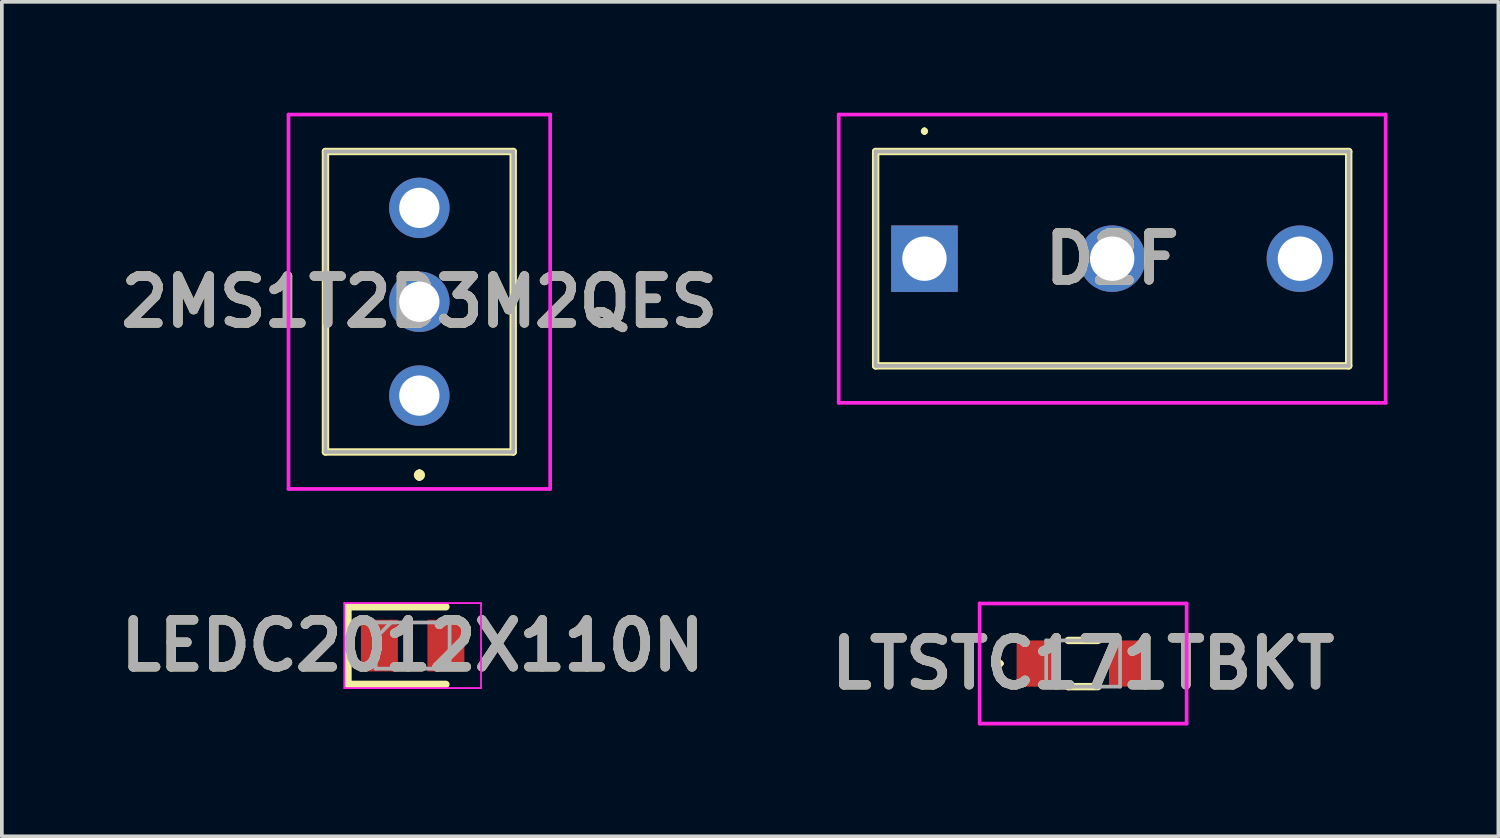
<source format=kicad_pcb>
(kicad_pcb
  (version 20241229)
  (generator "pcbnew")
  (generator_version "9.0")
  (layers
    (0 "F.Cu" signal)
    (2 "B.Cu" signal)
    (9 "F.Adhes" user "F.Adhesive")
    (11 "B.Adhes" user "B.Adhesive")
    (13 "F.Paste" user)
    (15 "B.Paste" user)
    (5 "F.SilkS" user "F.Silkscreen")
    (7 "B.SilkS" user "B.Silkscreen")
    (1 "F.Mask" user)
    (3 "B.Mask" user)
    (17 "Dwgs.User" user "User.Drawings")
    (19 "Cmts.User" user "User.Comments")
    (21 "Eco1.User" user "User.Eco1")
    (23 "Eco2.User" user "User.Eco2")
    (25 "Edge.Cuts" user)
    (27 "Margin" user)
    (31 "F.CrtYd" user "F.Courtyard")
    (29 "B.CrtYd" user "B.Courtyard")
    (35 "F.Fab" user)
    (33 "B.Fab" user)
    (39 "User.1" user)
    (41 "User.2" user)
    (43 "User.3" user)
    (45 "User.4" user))
  (footprint "D2F"
    (layer "F.Cu")
    (at 21.965 3.95)
    (property "Reference" "D2F" (at 5.08 0 0) (layer "F.SilkS") (effects (font (size 1.27 1.27) (thickness 0.254))))
    (attr through_hole)
    (fp_line (start -1.32 -2.9) (end 11.48 -2.9) (stroke (width 0.2) (type solid)) (layer "F.SilkS"))
    (fp_line (start -1.32 2.9) (end -1.32 -2.9) (stroke (width 0.2) (type solid)) (layer "F.SilkS"))
    (fp_line (start 0 -3.5) (end 0 -3.5) (stroke (width 0.1) (type solid)) (layer "F.SilkS"))
    (fp_line (start 0 -3.4) (end 0 -3.4) (stroke (width 0.1) (type solid)) (layer "F.SilkS"))
    (fp_line (start 11.48 -2.9) (end 11.48 2.9) (stroke (width 0.2) (type solid)) (layer "F.SilkS"))
    (fp_line (start 11.48 2.9) (end -1.32 2.9) (stroke (width 0.2) (type solid)) (layer "F.SilkS"))
    (fp_arc (start 0 -3.5) (mid 0.05 -3.45) (end 0 -3.4) (stroke (width 0.1) (type solid)) (layer "F.SilkS"))
    (fp_arc (start 0 -3.4) (mid -0.05 -3.45) (end 0 -3.5) (stroke (width 0.1) (type solid)) (layer "F.SilkS"))
    (fp_line (start -2.32 -3.9) (end 12.48 -3.9) (stroke (width 0.1) (type solid)) (layer "F.CrtYd"))
    (fp_line (start -2.32 3.9) (end -2.32 -3.9) (stroke (width 0.1) (type solid)) (layer "F.CrtYd"))
    (fp_line (start 12.48 -3.9) (end 12.48 3.9) (stroke (width 0.1) (type solid)) (layer "F.CrtYd"))
    (fp_line (start 12.48 3.9) (end -2.32 3.9) (stroke (width 0.1) (type solid)) (layer "F.CrtYd"))
    (fp_line (start -1.32 -2.9) (end -1.32 2.9) (stroke (width 0.1) (type solid)) (layer "F.Fab"))
    (fp_line (start -1.32 2.9) (end 11.48 2.9) (stroke (width 0.1) (type solid)) (layer "F.Fab"))
    (fp_line (start 11.48 -2.9) (end -1.32 -2.9) (stroke (width 0.1) (type solid)) (layer "F.Fab"))
    (fp_line (start 11.48 2.9) (end 11.48 -2.9) (stroke (width 0.1) (type solid)) (layer "F.Fab"))
    (fp_text user "${REFERENCE}" (at 5.08 0 0) (layer "F.Fab") (effects (font (size 1.27 1.27) (thickness 0.254))))
    (pad "1" thru_hole rect (at 0 0) (size 1.8 1.8) (drill 1.2) (layers "*.Cu" "*.Mask"))
    (pad "2" thru_hole circle (at 5.08 0) (size 1.8 1.8) (drill 1.2) (layers "*.Cu" "*.Mask"))
    (pad "3" thru_hole circle (at 10.16 0) (size 1.8 1.8) (drill 1.2) (layers "*.Cu" "*.Mask")))
  (footprint "LEDC2012X110N"
    (layer "F.Cu")
    (at 8.116 14.419)
    (property "Reference" "LEDC2012X110N" (at 0 0 0) (layer "F.SilkS") (effects (font (size 1.27 1.27) (thickness 0.254))))
    (attr smd)
    (fp_line (start -1.75 -1.05) (end -1.75 1.05) (stroke (width 0.2) (type solid)) (layer "F.SilkS"))
    (fp_line (start -1.75 1.05) (end 0.9 1.05) (stroke (width 0.2) (type solid)) (layer "F.SilkS"))
    (fp_line (start 0.9 -1.05) (end -1.75 -1.05) (stroke (width 0.2) (type solid)) (layer "F.SilkS"))
    (fp_line (start -1.85 -1.15) (end 1.85 -1.15) (stroke (width 0.05) (type solid)) (layer "F.CrtYd"))
    (fp_line (start -1.85 1.15) (end -1.85 -1.15) (stroke (width 0.05) (type solid)) (layer "F.CrtYd"))
    (fp_line (start 1.85 -1.15) (end 1.85 1.15) (stroke (width 0.05) (type solid)) (layer "F.CrtYd"))
    (fp_line (start 1.85 1.15) (end -1.85 1.15) (stroke (width 0.05) (type solid)) (layer "F.CrtYd"))
    (fp_line (start -1 -0.625) (end 1 -0.625) (stroke (width 0.1) (type solid)) (layer "F.Fab"))
    (fp_line (start -1 -0.208) (end -0.583 -0.625) (stroke (width 0.1) (type solid)) (layer "F.Fab"))
    (fp_line (start -1 0.625) (end -1 -0.625) (stroke (width 0.1) (type solid)) (layer "F.Fab"))
    (fp_line (start 1 -0.625) (end 1 0.625) (stroke (width 0.1) (type solid)) (layer "F.Fab"))
    (fp_line (start 1 0.625) (end -1 0.625) (stroke (width 0.1) (type solid)) (layer "F.Fab"))
    (fp_text user "${REFERENCE}" (at 0 0 0) (layer "F.Fab") (effects (font (size 1.27 1.27) (thickness 0.254))))
    (pad "1" smd rect (at -0.9 0) (size 1 1.4) (layers "F.Cu" "F.Mask" "F.Paste"))
    (pad "2" smd rect (at 0.9 0) (size 1 1.4) (layers "F.Cu" "F.Mask" "F.Paste")))
  (footprint "2MS1T2B3M2QES"
    (layer "F.Cu")
    (at 8.297 7.655)
    (property "Reference" "2MS1T2B3M2QES" (at 0 -2.54 0) (layer "F.SilkS") (effects (font (size 1.27 1.27) (thickness 0.254))))
    (attr through_hole)
    (fp_line (start -2.54 -6.605) (end 2.54 -6.605) (stroke (width 0.2) (type solid)) (layer "F.SilkS"))
    (fp_line (start -2.54 1.525) (end -2.54 -6.605) (stroke (width 0.2) (type solid)) (layer "F.SilkS"))
    (fp_line (start 0 2.1) (end 0 2.1) (stroke (width 0.2) (type solid)) (layer "F.SilkS"))
    (fp_line (start 0 2.2) (end 0 2.2) (stroke (width 0.2) (type solid)) (layer "F.SilkS"))
    (fp_line (start 0 2.2) (end 0 2.2) (stroke (width 0.2) (type solid)) (layer "F.SilkS"))
    (fp_line (start 2.54 -6.605) (end 2.54 1.525) (stroke (width 0.2) (type solid)) (layer "F.SilkS"))
    (fp_line (start 2.54 1.525) (end -2.54 1.525) (stroke (width 0.2) (type solid)) (layer "F.SilkS"))
    (fp_arc (start 0 2.1) (mid 0.05 2.15) (end 0 2.2) (stroke (width 0.2) (type solid)) (layer "F.SilkS"))
    (fp_arc (start 0 2.1) (mid 0.05 2.15) (end 0 2.2) (stroke (width 0.2) (type solid)) (layer "F.SilkS"))
    (fp_arc (start 0 2.2) (mid -0.05 2.15) (end 0 2.1) (stroke (width 0.2) (type solid)) (layer "F.SilkS"))
    (fp_line (start -3.54 -7.605) (end 3.54 -7.605) (stroke (width 0.1) (type solid)) (layer "F.CrtYd"))
    (fp_line (start -3.54 2.525) (end -3.54 -7.605) (stroke (width 0.1) (type solid)) (layer "F.CrtYd"))
    (fp_line (start 3.54 -7.605) (end 3.54 2.525) (stroke (width 0.1) (type solid)) (layer "F.CrtYd"))
    (fp_line (start 3.54 2.525) (end -3.54 2.525) (stroke (width 0.1) (type solid)) (layer "F.CrtYd"))
    (fp_line (start -2.54 -6.605) (end -2.54 1.525) (stroke (width 0.1) (type solid)) (layer "F.Fab"))
    (fp_line (start -2.54 1.525) (end 2.54 1.525) (stroke (width 0.1) (type solid)) (layer "F.Fab"))
    (fp_line (start 2.54 -6.605) (end -2.54 -6.605) (stroke (width 0.1) (type solid)) (layer "F.Fab"))
    (fp_line (start 2.54 1.525) (end 2.54 -6.605) (stroke (width 0.1) (type solid)) (layer "F.Fab"))
    (fp_text user "${REFERENCE}" (at 0 -2.54 0) (layer "F.Fab") (effects (font (size 1.27 1.27) (thickness 0.254))))
    (pad "1" thru_hole circle (at 0 0) (size 1.635 1.635) (drill 1.09) (layers "*.Cu" "*.Mask"))
    (pad "2" thru_hole circle (at 0 -2.54) (size 1.635 1.635) (drill 1.09) (layers "*.Cu" "*.Mask"))
    (pad "3" thru_hole circle (at 0 -5.08) (size 1.635 1.635) (drill 1.09) (layers "*.Cu" "*.Mask")))
  (footprint "LTSTC171TBKT"
    (layer "F.Cu")
    (at 26.259 14.905)
    (property "Reference" "LTSTC171TBKT" (at 0 0 0) (layer "F.SilkS") (effects (font (size 1.27 1.27) (thickness 0.254))))
    (attr smd)
    (fp_line (start -2.3 0) (end -2.3 0) (stroke (width 0.1) (type solid)) (layer "F.SilkS"))
    (fp_line (start -2.2 0) (end -2.2 0) (stroke (width 0.1) (type solid)) (layer "F.SilkS"))
    (fp_line (start -0.4 -0.625) (end 0.4 -0.625) (stroke (width 0.2) (type solid)) (layer "F.SilkS"))
    (fp_line (start -0.4 0.625) (end -0.4 0.625) (stroke (width 0.2) (type solid)) (layer "F.SilkS"))
    (fp_line (start -0.4 0.625) (end 0.4 0.625) (stroke (width 0.2) (type solid)) (layer "F.SilkS"))
    (fp_arc (start -2.3 0) (mid -2.25 -0.05) (end -2.2 0) (stroke (width 0.1) (type solid)) (layer "F.SilkS"))
    (fp_arc (start -2.2 0) (mid -2.25 0.05) (end -2.3 0) (stroke (width 0.1) (type solid)) (layer "F.SilkS"))
    (fp_line (start -2.8 -1.625) (end 2.8 -1.625) (stroke (width 0.1) (type solid)) (layer "F.CrtYd"))
    (fp_line (start -2.8 1.625) (end -2.8 -1.625) (stroke (width 0.1) (type solid)) (layer "F.CrtYd"))
    (fp_line (start 2.8 -1.625) (end 2.8 1.625) (stroke (width 0.1) (type solid)) (layer "F.CrtYd"))
    (fp_line (start 2.8 1.625) (end -2.8 1.625) (stroke (width 0.1) (type solid)) (layer "F.CrtYd"))
    (fp_line (start -1 -0.625) (end 1 -0.625) (stroke (width 0.1) (type solid)) (layer "F.Fab"))
    (fp_line (start -1 0.625) (end -1 -0.625) (stroke (width 0.1) (type solid)) (layer "F.Fab"))
    (fp_line (start 1 -0.625) (end 1 0.625) (stroke (width 0.1) (type solid)) (layer "F.Fab"))
    (fp_line (start 1 0.625) (end -1 0.625) (stroke (width 0.1) (type solid)) (layer "F.Fab"))
    (fp_text user "${REFERENCE}" (at 0 0 0) (layer "F.Fab") (effects (font (size 1.27 1.27) (thickness 0.254))))
    (pad "1" smd rect (at -1.25 0) (size 1.1 1.25) (layers "F.Cu" "F.Mask" "F.Paste"))
    (pad "2" smd rect (at 1.25 0) (size 1.1 1.25) (layers "F.Cu" "F.Mask" "F.Paste")))
  (gr_rect
    (start -3 -3)
    (end 37.495 19.58)
    (stroke (width 0.1) (type default))
    (fill no)
    (layer "Edge.Cuts")))
</source>
